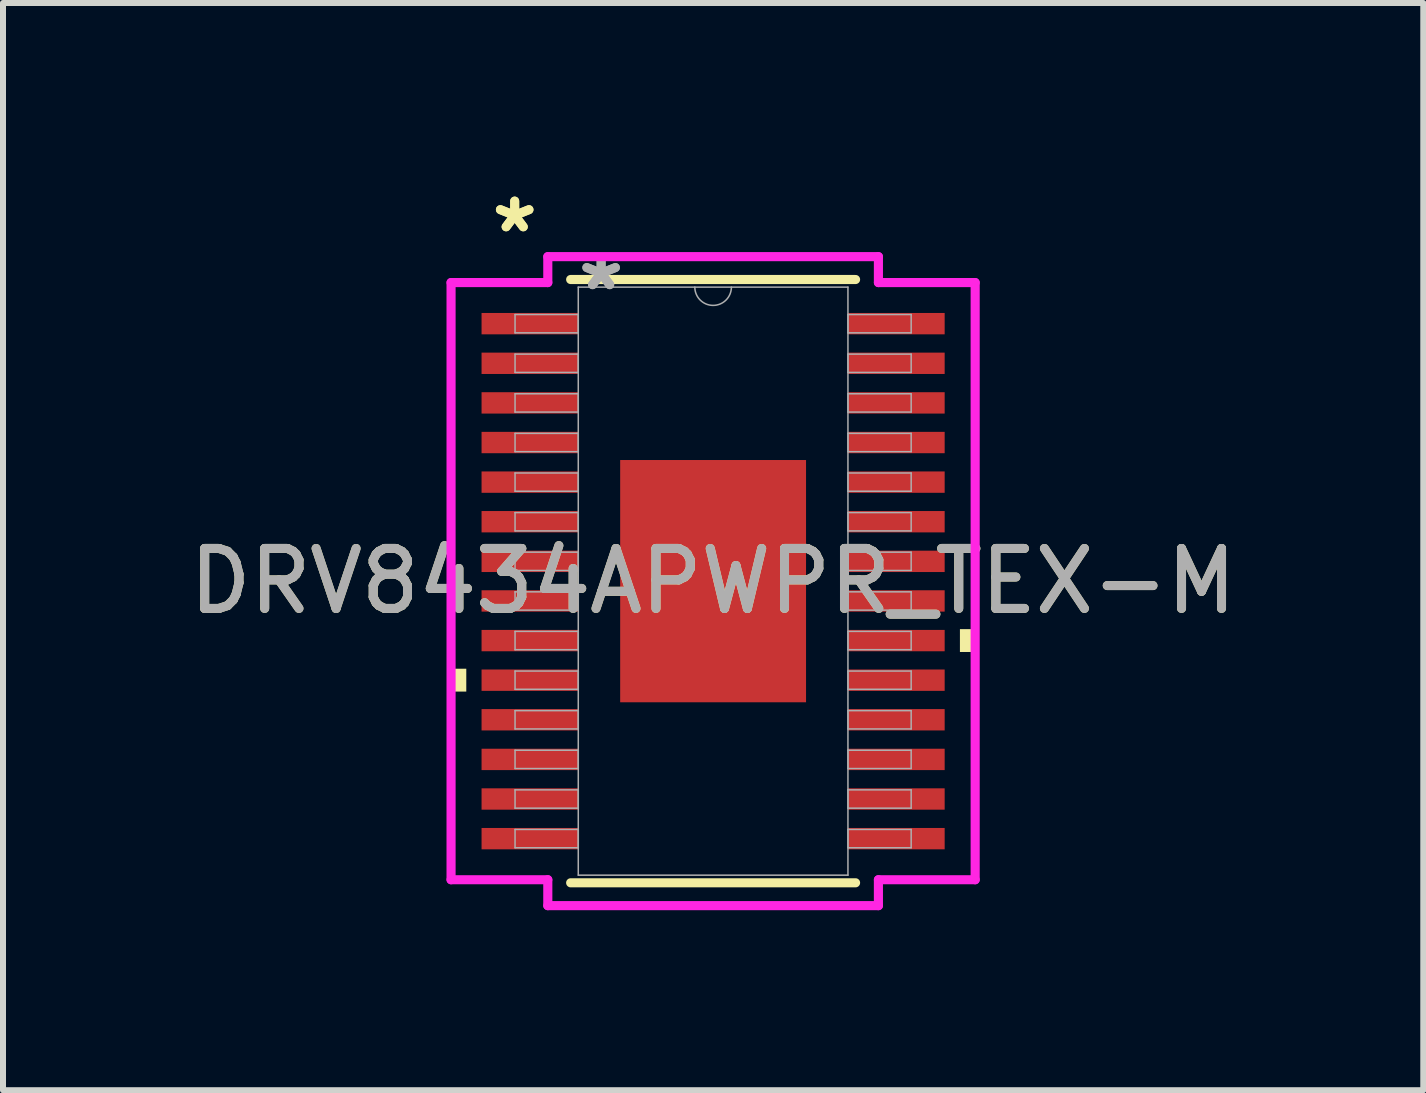
<source format=kicad_pcb>
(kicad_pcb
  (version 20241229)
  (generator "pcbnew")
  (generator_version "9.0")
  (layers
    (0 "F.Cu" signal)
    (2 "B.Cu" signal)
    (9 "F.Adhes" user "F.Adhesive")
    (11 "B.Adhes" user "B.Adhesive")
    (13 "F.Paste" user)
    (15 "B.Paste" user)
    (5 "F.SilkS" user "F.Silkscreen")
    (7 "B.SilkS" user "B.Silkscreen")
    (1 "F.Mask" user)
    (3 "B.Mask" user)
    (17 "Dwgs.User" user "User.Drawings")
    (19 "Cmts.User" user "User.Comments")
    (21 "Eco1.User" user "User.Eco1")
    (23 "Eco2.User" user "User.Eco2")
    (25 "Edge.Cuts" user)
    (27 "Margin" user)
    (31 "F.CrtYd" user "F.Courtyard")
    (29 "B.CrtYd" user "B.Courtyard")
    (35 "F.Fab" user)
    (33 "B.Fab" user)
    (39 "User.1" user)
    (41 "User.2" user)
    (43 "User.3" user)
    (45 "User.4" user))
  (footprint "DRV8434APWPR_TEX-M"
    (layer "F.Cu")
    (at 8.839 6.639)
    (property "Reference" "DRV8434APWPR_TEX-M" (at 0 0 0) (unlocked yes) (layer "F.SilkS") (effects (font (size 1 1) (thickness 0.15))))
    (attr smd)
    (fp_line (start -2.375 5.029) (end 2.375 5.029) (stroke (width 0.152) (type solid)) (layer "F.SilkS"))
    (fp_line (start 2.375 -5.029) (end -2.375 -5.029) (stroke (width 0.152) (type solid)) (layer "F.SilkS"))
    (fp_poly (pts (xy -4.369 1.46) (xy -4.369 1.841) (xy -4.115 1.841) (xy -4.115 1.46)) (stroke (width 0) (type solid)) (fill yes) (layer "F.SilkS"))
    (fp_poly (pts (xy 4.369 0.8) (xy 4.369 1.181) (xy 4.115 1.181) (xy 4.115 0.8)) (stroke (width 0) (type solid)) (fill yes) (layer "F.SilkS"))
    (fp_poly (pts (xy -1.449 -1.919) (xy -1.449 -0.773) (xy -0.1 -0.773) (xy -0.1 -1.919)) (stroke (width 0) (type solid)) (fill yes) (layer "F.Paste"))
    (fp_poly (pts (xy -1.449 -0.573) (xy -1.449 0.573) (xy -0.1 0.573) (xy -0.1 -0.573)) (stroke (width 0) (type solid)) (fill yes) (layer "F.Paste"))
    (fp_poly (pts (xy -1.449 0.773) (xy -1.449 1.919) (xy -0.1 1.919) (xy -0.1 0.773)) (stroke (width 0) (type solid)) (fill yes) (layer "F.Paste"))
    (fp_poly (pts (xy 0.1 -1.919) (xy 0.1 -0.773) (xy 1.449 -0.773) (xy 1.449 -1.919)) (stroke (width 0) (type solid)) (fill yes) (layer "F.Paste"))
    (fp_poly (pts (xy 0.1 -0.573) (xy 0.1 0.573) (xy 1.449 0.573) (xy 1.449 -0.573)) (stroke (width 0) (type solid)) (fill yes) (layer "F.Paste"))
    (fp_poly (pts (xy 0.1 0.773) (xy 0.1 1.919) (xy 1.449 1.919) (xy 1.449 0.773)) (stroke (width 0) (type solid)) (fill yes) (layer "F.Paste"))
    (fp_line (start -4.369 -4.978) (end -2.756 -4.978) (stroke (width 0.152) (type solid)) (layer "F.CrtYd"))
    (fp_line (start -4.369 4.978) (end -4.369 -4.978) (stroke (width 0.152) (type solid)) (layer "F.CrtYd"))
    (fp_line (start -4.369 4.978) (end -2.756 4.978) (stroke (width 0.152) (type solid)) (layer "F.CrtYd"))
    (fp_line (start -2.756 -5.41) (end 2.756 -5.41) (stroke (width 0.152) (type solid)) (layer "F.CrtYd"))
    (fp_line (start -2.756 -4.978) (end -2.756 -5.41) (stroke (width 0.152) (type solid)) (layer "F.CrtYd"))
    (fp_line (start -2.756 5.41) (end -2.756 4.978) (stroke (width 0.152) (type solid)) (layer "F.CrtYd"))
    (fp_line (start 2.756 -5.41) (end 2.756 -4.978) (stroke (width 0.152) (type solid)) (layer "F.CrtYd"))
    (fp_line (start 2.756 4.978) (end 2.756 5.41) (stroke (width 0.152) (type solid)) (layer "F.CrtYd"))
    (fp_line (start 2.756 5.41) (end -2.756 5.41) (stroke (width 0.152) (type solid)) (layer "F.CrtYd"))
    (fp_line (start 4.369 -4.978) (end 2.756 -4.978) (stroke (width 0.152) (type solid)) (layer "F.CrtYd"))
    (fp_line (start 4.369 -4.978) (end 4.369 4.978) (stroke (width 0.152) (type solid)) (layer "F.CrtYd"))
    (fp_line (start 4.369 4.978) (end 2.756 4.978) (stroke (width 0.152) (type solid)) (layer "F.CrtYd"))
    (fp_line (start -3.302 -4.445) (end -3.302 -4.14) (stroke (width 0.025) (type solid)) (layer "F.Fab"))
    (fp_line (start -3.302 -4.14) (end -2.248 -4.14) (stroke (width 0.025) (type solid)) (layer "F.Fab"))
    (fp_line (start -3.302 -3.785) (end -3.302 -3.48) (stroke (width 0.025) (type solid)) (layer "F.Fab"))
    (fp_line (start -3.302 -3.48) (end -2.248 -3.48) (stroke (width 0.025) (type solid)) (layer "F.Fab"))
    (fp_line (start -3.302 -3.124) (end -3.302 -2.819) (stroke (width 0.025) (type solid)) (layer "F.Fab"))
    (fp_line (start -3.302 -2.819) (end -2.248 -2.819) (stroke (width 0.025) (type solid)) (layer "F.Fab"))
    (fp_line (start -3.302 -2.464) (end -3.302 -2.159) (stroke (width 0.025) (type solid)) (layer "F.Fab"))
    (fp_line (start -3.302 -2.159) (end -2.248 -2.159) (stroke (width 0.025) (type solid)) (layer "F.Fab"))
    (fp_line (start -3.302 -1.803) (end -3.302 -1.499) (stroke (width 0.025) (type solid)) (layer "F.Fab"))
    (fp_line (start -3.302 -1.499) (end -2.248 -1.499) (stroke (width 0.025) (type solid)) (layer "F.Fab"))
    (fp_line (start -3.302 -1.143) (end -3.302 -0.838) (stroke (width 0.025) (type solid)) (layer "F.Fab"))
    (fp_line (start -3.302 -0.838) (end -2.248 -0.838) (stroke (width 0.025) (type solid)) (layer "F.Fab"))
    (fp_line (start -3.302 -0.483) (end -3.302 -0.178) (stroke (width 0.025) (type solid)) (layer "F.Fab"))
    (fp_line (start -3.302 -0.178) (end -2.248 -0.178) (stroke (width 0.025) (type solid)) (layer "F.Fab"))
    (fp_line (start -3.302 0.178) (end -3.302 0.483) (stroke (width 0.025) (type solid)) (layer "F.Fab"))
    (fp_line (start -3.302 0.483) (end -2.248 0.483) (stroke (width 0.025) (type solid)) (layer "F.Fab"))
    (fp_line (start -3.302 0.838) (end -3.302 1.143) (stroke (width 0.025) (type solid)) (layer "F.Fab"))
    (fp_line (start -3.302 1.143) (end -2.248 1.143) (stroke (width 0.025) (type solid)) (layer "F.Fab"))
    (fp_line (start -3.302 1.499) (end -3.302 1.803) (stroke (width 0.025) (type solid)) (layer "F.Fab"))
    (fp_line (start -3.302 1.803) (end -2.248 1.803) (stroke (width 0.025) (type solid)) (layer "F.Fab"))
    (fp_line (start -3.302 2.159) (end -3.302 2.464) (stroke (width 0.025) (type solid)) (layer "F.Fab"))
    (fp_line (start -3.302 2.464) (end -2.248 2.464) (stroke (width 0.025) (type solid)) (layer "F.Fab"))
    (fp_line (start -3.302 2.819) (end -3.302 3.124) (stroke (width 0.025) (type solid)) (layer "F.Fab"))
    (fp_line (start -3.302 3.124) (end -2.248 3.124) (stroke (width 0.025) (type solid)) (layer "F.Fab"))
    (fp_line (start -3.302 3.48) (end -3.302 3.785) (stroke (width 0.025) (type solid)) (layer "F.Fab"))
    (fp_line (start -3.302 3.785) (end -2.248 3.785) (stroke (width 0.025) (type solid)) (layer "F.Fab"))
    (fp_line (start -3.302 4.14) (end -3.302 4.445) (stroke (width 0.025) (type solid)) (layer "F.Fab"))
    (fp_line (start -3.302 4.445) (end -2.248 4.445) (stroke (width 0.025) (type solid)) (layer "F.Fab"))
    (fp_line (start -2.248 -4.902) (end -2.248 4.902) (stroke (width 0.025) (type solid)) (layer "F.Fab"))
    (fp_line (start -2.248 -4.445) (end -3.302 -4.445) (stroke (width 0.025) (type solid)) (layer "F.Fab"))
    (fp_line (start -2.248 -4.14) (end -2.248 -4.445) (stroke (width 0.025) (type solid)) (layer "F.Fab"))
    (fp_line (start -2.248 -3.785) (end -3.302 -3.785) (stroke (width 0.025) (type solid)) (layer "F.Fab"))
    (fp_line (start -2.248 -3.48) (end -2.248 -3.785) (stroke (width 0.025) (type solid)) (layer "F.Fab"))
    (fp_line (start -2.248 -3.124) (end -3.302 -3.124) (stroke (width 0.025) (type solid)) (layer "F.Fab"))
    (fp_line (start -2.248 -2.819) (end -2.248 -3.124) (stroke (width 0.025) (type solid)) (layer "F.Fab"))
    (fp_line (start -2.248 -2.464) (end -3.302 -2.464) (stroke (width 0.025) (type solid)) (layer "F.Fab"))
    (fp_line (start -2.248 -2.159) (end -2.248 -2.464) (stroke (width 0.025) (type solid)) (layer "F.Fab"))
    (fp_line (start -2.248 -1.803) (end -3.302 -1.803) (stroke (width 0.025) (type solid)) (layer "F.Fab"))
    (fp_line (start -2.248 -1.499) (end -2.248 -1.803) (stroke (width 0.025) (type solid)) (layer "F.Fab"))
    (fp_line (start -2.248 -1.143) (end -3.302 -1.143) (stroke (width 0.025) (type solid)) (layer "F.Fab"))
    (fp_line (start -2.248 -0.838) (end -2.248 -1.143) (stroke (width 0.025) (type solid)) (layer "F.Fab"))
    (fp_line (start -2.248 -0.483) (end -3.302 -0.483) (stroke (width 0.025) (type solid)) (layer "F.Fab"))
    (fp_line (start -2.248 -0.178) (end -2.248 -0.483) (stroke (width 0.025) (type solid)) (layer "F.Fab"))
    (fp_line (start -2.248 0.178) (end -3.302 0.178) (stroke (width 0.025) (type solid)) (layer "F.Fab"))
    (fp_line (start -2.248 0.483) (end -2.248 0.178) (stroke (width 0.025) (type solid)) (layer "F.Fab"))
    (fp_line (start -2.248 0.838) (end -3.302 0.838) (stroke (width 0.025) (type solid)) (layer "F.Fab"))
    (fp_line (start -2.248 1.143) (end -2.248 0.838) (stroke (width 0.025) (type solid)) (layer "F.Fab"))
    (fp_line (start -2.248 1.499) (end -3.302 1.499) (stroke (width 0.025) (type solid)) (layer "F.Fab"))
    (fp_line (start -2.248 1.803) (end -2.248 1.499) (stroke (width 0.025) (type solid)) (layer "F.Fab"))
    (fp_line (start -2.248 2.159) (end -3.302 2.159) (stroke (width 0.025) (type solid)) (layer "F.Fab"))
    (fp_line (start -2.248 2.464) (end -2.248 2.159) (stroke (width 0.025) (type solid)) (layer "F.Fab"))
    (fp_line (start -2.248 2.819) (end -3.302 2.819) (stroke (width 0.025) (type solid)) (layer "F.Fab"))
    (fp_line (start -2.248 3.124) (end -2.248 2.819) (stroke (width 0.025) (type solid)) (layer "F.Fab"))
    (fp_line (start -2.248 3.48) (end -3.302 3.48) (stroke (width 0.025) (type solid)) (layer "F.Fab"))
    (fp_line (start -2.248 3.785) (end -2.248 3.48) (stroke (width 0.025) (type solid)) (layer "F.Fab"))
    (fp_line (start -2.248 4.14) (end -3.302 4.14) (stroke (width 0.025) (type solid)) (layer "F.Fab"))
    (fp_line (start -2.248 4.445) (end -2.248 4.14) (stroke (width 0.025) (type solid)) (layer "F.Fab"))
    (fp_line (start -2.248 4.902) (end 2.248 4.902) (stroke (width 0.025) (type solid)) (layer "F.Fab"))
    (fp_line (start 2.248 -4.902) (end -2.248 -4.902) (stroke (width 0.025) (type solid)) (layer "F.Fab"))
    (fp_line (start 2.248 -4.445) (end 2.248 -4.14) (stroke (width 0.025) (type solid)) (layer "F.Fab"))
    (fp_line (start 2.248 -4.14) (end 3.302 -4.14) (stroke (width 0.025) (type solid)) (layer "F.Fab"))
    (fp_line (start 2.248 -3.785) (end 2.248 -3.48) (stroke (width 0.025) (type solid)) (layer "F.Fab"))
    (fp_line (start 2.248 -3.48) (end 3.302 -3.48) (stroke (width 0.025) (type solid)) (layer "F.Fab"))
    (fp_line (start 2.248 -3.124) (end 2.248 -2.819) (stroke (width 0.025) (type solid)) (layer "F.Fab"))
    (fp_line (start 2.248 -2.819) (end 3.302 -2.819) (stroke (width 0.025) (type solid)) (layer "F.Fab"))
    (fp_line (start 2.248 -2.464) (end 2.248 -2.159) (stroke (width 0.025) (type solid)) (layer "F.Fab"))
    (fp_line (start 2.248 -2.159) (end 3.302 -2.159) (stroke (width 0.025) (type solid)) (layer "F.Fab"))
    (fp_line (start 2.248 -1.803) (end 2.248 -1.499) (stroke (width 0.025) (type solid)) (layer "F.Fab"))
    (fp_line (start 2.248 -1.499) (end 3.302 -1.499) (stroke (width 0.025) (type solid)) (layer "F.Fab"))
    (fp_line (start 2.248 -1.143) (end 2.248 -0.838) (stroke (width 0.025) (type solid)) (layer "F.Fab"))
    (fp_line (start 2.248 -0.838) (end 3.302 -0.838) (stroke (width 0.025) (type solid)) (layer "F.Fab"))
    (fp_line (start 2.248 -0.483) (end 2.248 -0.178) (stroke (width 0.025) (type solid)) (layer "F.Fab"))
    (fp_line (start 2.248 -0.178) (end 3.302 -0.178) (stroke (width 0.025) (type solid)) (layer "F.Fab"))
    (fp_line (start 2.248 0.178) (end 2.248 0.483) (stroke (width 0.025) (type solid)) (layer "F.Fab"))
    (fp_line (start 2.248 0.483) (end 3.302 0.483) (stroke (width 0.025) (type solid)) (layer "F.Fab"))
    (fp_line (start 2.248 0.838) (end 2.248 1.143) (stroke (width 0.025) (type solid)) (layer "F.Fab"))
    (fp_line (start 2.248 1.143) (end 3.302 1.143) (stroke (width 0.025) (type solid)) (layer "F.Fab"))
    (fp_line (start 2.248 1.499) (end 2.248 1.803) (stroke (width 0.025) (type solid)) (layer "F.Fab"))
    (fp_line (start 2.248 1.803) (end 3.302 1.803) (stroke (width 0.025) (type solid)) (layer "F.Fab"))
    (fp_line (start 2.248 2.159) (end 2.248 2.464) (stroke (width 0.025) (type solid)) (layer "F.Fab"))
    (fp_line (start 2.248 2.464) (end 3.302 2.464) (stroke (width 0.025) (type solid)) (layer "F.Fab"))
    (fp_line (start 2.248 2.819) (end 2.248 3.124) (stroke (width 0.025) (type solid)) (layer "F.Fab"))
    (fp_line (start 2.248 3.124) (end 3.302 3.124) (stroke (width 0.025) (type solid)) (layer "F.Fab"))
    (fp_line (start 2.248 3.48) (end 2.248 3.785) (stroke (width 0.025) (type solid)) (layer "F.Fab"))
    (fp_line (start 2.248 3.785) (end 3.302 3.785) (stroke (width 0.025) (type solid)) (layer "F.Fab"))
    (fp_line (start 2.248 4.14) (end 2.248 4.445) (stroke (width 0.025) (type solid)) (layer "F.Fab"))
    (fp_line (start 2.248 4.445) (end 3.302 4.445) (stroke (width 0.025) (type solid)) (layer "F.Fab"))
    (fp_line (start 2.248 4.902) (end 2.248 -4.902) (stroke (width 0.025) (type solid)) (layer "F.Fab"))
    (fp_line (start 3.302 -4.445) (end 2.248 -4.445) (stroke (width 0.025) (type solid)) (layer "F.Fab"))
    (fp_line (start 3.302 -4.14) (end 3.302 -4.445) (stroke (width 0.025) (type solid)) (layer "F.Fab"))
    (fp_line (start 3.302 -3.785) (end 2.248 -3.785) (stroke (width 0.025) (type solid)) (layer "F.Fab"))
    (fp_line (start 3.302 -3.48) (end 3.302 -3.785) (stroke (width 0.025) (type solid)) (layer "F.Fab"))
    (fp_line (start 3.302 -3.124) (end 2.248 -3.124) (stroke (width 0.025) (type solid)) (layer "F.Fab"))
    (fp_line (start 3.302 -2.819) (end 3.302 -3.124) (stroke (width 0.025) (type solid)) (layer "F.Fab"))
    (fp_line (start 3.302 -2.464) (end 2.248 -2.464) (stroke (width 0.025) (type solid)) (layer "F.Fab"))
    (fp_line (start 3.302 -2.159) (end 3.302 -2.464) (stroke (width 0.025) (type solid)) (layer "F.Fab"))
    (fp_line (start 3.302 -1.803) (end 2.248 -1.803) (stroke (width 0.025) (type solid)) (layer "F.Fab"))
    (fp_line (start 3.302 -1.499) (end 3.302 -1.803) (stroke (width 0.025) (type solid)) (layer "F.Fab"))
    (fp_line (start 3.302 -1.143) (end 2.248 -1.143) (stroke (width 0.025) (type solid)) (layer "F.Fab"))
    (fp_line (start 3.302 -0.838) (end 3.302 -1.143) (stroke (width 0.025) (type solid)) (layer "F.Fab"))
    (fp_line (start 3.302 -0.483) (end 2.248 -0.483) (stroke (width 0.025) (type solid)) (layer "F.Fab"))
    (fp_line (start 3.302 -0.178) (end 3.302 -0.483) (stroke (width 0.025) (type solid)) (layer "F.Fab"))
    (fp_line (start 3.302 0.178) (end 2.248 0.178) (stroke (width 0.025) (type solid)) (layer "F.Fab"))
    (fp_line (start 3.302 0.483) (end 3.302 0.178) (stroke (width 0.025) (type solid)) (layer "F.Fab"))
    (fp_line (start 3.302 0.838) (end 2.248 0.838) (stroke (width 0.025) (type solid)) (layer "F.Fab"))
    (fp_line (start 3.302 1.143) (end 3.302 0.838) (stroke (width 0.025) (type solid)) (layer "F.Fab"))
    (fp_line (start 3.302 1.499) (end 2.248 1.499) (stroke (width 0.025) (type solid)) (layer "F.Fab"))
    (fp_line (start 3.302 1.803) (end 3.302 1.499) (stroke (width 0.025) (type solid)) (layer "F.Fab"))
    (fp_line (start 3.302 2.159) (end 2.248 2.159) (stroke (width 0.025) (type solid)) (layer "F.Fab"))
    (fp_line (start 3.302 2.464) (end 3.302 2.159) (stroke (width 0.025) (type solid)) (layer "F.Fab"))
    (fp_line (start 3.302 2.819) (end 2.248 2.819) (stroke (width 0.025) (type solid)) (layer "F.Fab"))
    (fp_line (start 3.302 3.124) (end 3.302 2.819) (stroke (width 0.025) (type solid)) (layer "F.Fab"))
    (fp_line (start 3.302 3.48) (end 2.248 3.48) (stroke (width 0.025) (type solid)) (layer "F.Fab"))
    (fp_line (start 3.302 3.785) (end 3.302 3.48) (stroke (width 0.025) (type solid)) (layer "F.Fab"))
    (fp_line (start 3.302 4.14) (end 2.248 4.14) (stroke (width 0.025) (type solid)) (layer "F.Fab"))
    (fp_line (start 3.302 4.445) (end 3.302 4.14) (stroke (width 0.025) (type solid)) (layer "F.Fab"))
    (fp_arc (start 0.3048 -4.9022) (mid 0 -4.5974) (end -0.3048 -4.9022) (stroke (width 0.0254) (type solid)) (layer "F.Fab"))
    (fp_text user "*" (at -3.308 -5.791 0) (layer "F.SilkS") (effects (font (size 1 1) (thickness 0.15))))
    (fp_text user "*" (at -3.308 -5.791 0) (unlocked yes) (layer "F.SilkS") (effects (font (size 1 1) (thickness 0.15))))
    (fp_text user "${REFERENCE}" (at 0 0 0) (unlocked yes) (layer "F.Fab") (effects (font (size 1 1) (thickness 0.15))))
    (fp_text user "*" (at -1.867 -4.826 0) (layer "F.Fab") (effects (font (size 1 1) (thickness 0.15))))
    (fp_text user "*" (at -1.867 -4.826 0) (unlocked yes) (layer "F.Fab") (effects (font (size 1 1) (thickness 0.15))))
    (pad "1" smd rect (at -3.054 -4.293) (size 1.613 0.356) (layers "F.Cu" "F.Mask" "F.Paste"))
    (pad "2" smd rect (at -3.054 -3.632) (size 1.613 0.356) (layers "F.Cu" "F.Mask" "F.Paste"))
    (pad "3" smd rect (at -3.054 -2.972) (size 1.613 0.356) (layers "F.Cu" "F.Mask" "F.Paste"))
    (pad "4" smd rect (at -3.054 -2.311) (size 1.613 0.356) (layers "F.Cu" "F.Mask" "F.Paste"))
    (pad "5" smd rect (at -3.054 -1.651) (size 1.613 0.356) (layers "F.Cu" "F.Mask" "F.Paste"))
    (pad "6" smd rect (at -3.054 -0.991) (size 1.613 0.356) (layers "F.Cu" "F.Mask" "F.Paste"))
    (pad "7" smd rect (at -3.054 -0.33) (size 1.613 0.356) (layers "F.Cu" "F.Mask" "F.Paste"))
    (pad "8" smd rect (at -3.054 0.33) (size 1.613 0.356) (layers "F.Cu" "F.Mask" "F.Paste"))
    (pad "9" smd rect (at -3.054 0.991) (size 1.613 0.356) (layers "F.Cu" "F.Mask" "F.Paste"))
    (pad "10" smd rect (at -3.054 1.651) (size 1.613 0.356) (layers "F.Cu" "F.Mask" "F.Paste"))
    (pad "11" smd rect (at -3.054 2.311) (size 1.613 0.356) (layers "F.Cu" "F.Mask" "F.Paste"))
    (pad "12" smd rect (at -3.054 2.972) (size 1.613 0.356) (layers "F.Cu" "F.Mask" "F.Paste"))
    (pad "13" smd rect (at -3.054 3.632) (size 1.613 0.356) (layers "F.Cu" "F.Mask" "F.Paste"))
    (pad "14" smd rect (at -3.054 4.293) (size 1.613 0.356) (layers "F.Cu" "F.Mask" "F.Paste"))
    (pad "15" smd rect (at 3.054 4.293) (size 1.613 0.356) (layers "F.Cu" "F.Mask" "F.Paste"))
    (pad "16" smd rect (at 3.054 3.632) (size 1.613 0.356) (layers "F.Cu" "F.Mask" "F.Paste"))
    (pad "17" smd rect (at 3.054 2.972) (size 1.613 0.356) (layers "F.Cu" "F.Mask" "F.Paste"))
    (pad "18" smd rect (at 3.054 2.311) (size 1.613 0.356) (layers "F.Cu" "F.Mask" "F.Paste"))
    (pad "19" smd rect (at 3.054 1.651) (size 1.613 0.356) (layers "F.Cu" "F.Mask" "F.Paste"))
    (pad "20" smd rect (at 3.054 0.991) (size 1.613 0.356) (layers "F.Cu" "F.Mask" "F.Paste"))
    (pad "21" smd rect (at 3.054 0.33) (size 1.613 0.356) (layers "F.Cu" "F.Mask" "F.Paste"))
    (pad "22" smd rect (at 3.054 -0.33) (size 1.613 0.356) (layers "F.Cu" "F.Mask" "F.Paste"))
    (pad "23" smd rect (at 3.054 -0.991) (size 1.613 0.356) (layers "F.Cu" "F.Mask" "F.Paste"))
    (pad "24" smd rect (at 3.054 -1.651) (size 1.613 0.356) (layers "F.Cu" "F.Mask" "F.Paste"))
    (pad "25" smd rect (at 3.054 -2.311) (size 1.613 0.356) (layers "F.Cu" "F.Mask" "F.Paste"))
    (pad "26" smd rect (at 3.054 -2.972) (size 1.613 0.356) (layers "F.Cu" "F.Mask" "F.Paste"))
    (pad "27" smd rect (at 3.054 -3.632) (size 1.613 0.356) (layers "F.Cu" "F.Mask" "F.Paste"))
    (pad "28" smd rect (at 3.054 -4.293) (size 1.613 0.356) (layers "F.Cu" "F.Mask" "F.Paste"))
    (pad "EPAD" smd rect (at 0 0) (size 3.099 4.039) (layers "F.Cu" "F.Mask")))
  (gr_rect
    (start -3 -3)
    (end 20.679 15.126)
    (stroke (width 0.1) (type default))
    (fill no)
    (layer "Edge.Cuts")))
</source>
